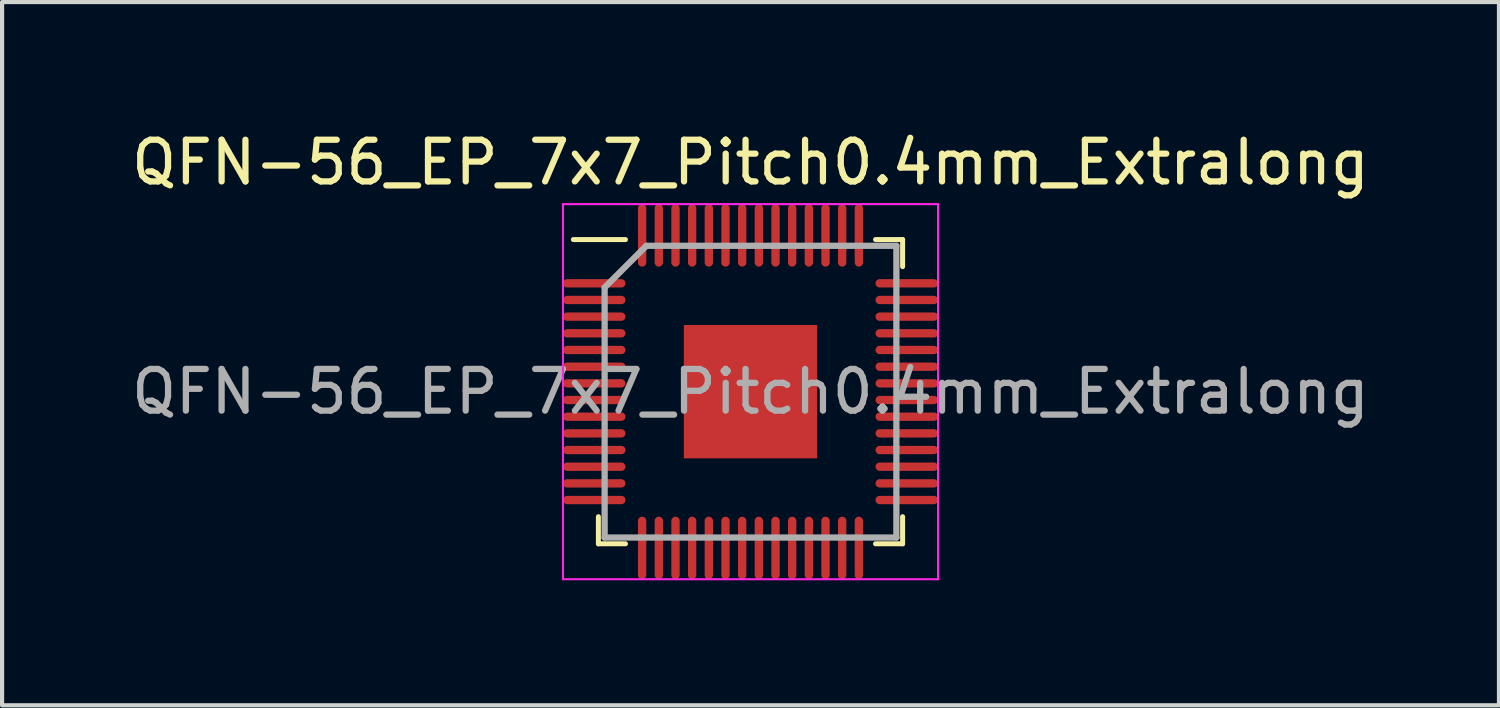
<source format=kicad_pcb>
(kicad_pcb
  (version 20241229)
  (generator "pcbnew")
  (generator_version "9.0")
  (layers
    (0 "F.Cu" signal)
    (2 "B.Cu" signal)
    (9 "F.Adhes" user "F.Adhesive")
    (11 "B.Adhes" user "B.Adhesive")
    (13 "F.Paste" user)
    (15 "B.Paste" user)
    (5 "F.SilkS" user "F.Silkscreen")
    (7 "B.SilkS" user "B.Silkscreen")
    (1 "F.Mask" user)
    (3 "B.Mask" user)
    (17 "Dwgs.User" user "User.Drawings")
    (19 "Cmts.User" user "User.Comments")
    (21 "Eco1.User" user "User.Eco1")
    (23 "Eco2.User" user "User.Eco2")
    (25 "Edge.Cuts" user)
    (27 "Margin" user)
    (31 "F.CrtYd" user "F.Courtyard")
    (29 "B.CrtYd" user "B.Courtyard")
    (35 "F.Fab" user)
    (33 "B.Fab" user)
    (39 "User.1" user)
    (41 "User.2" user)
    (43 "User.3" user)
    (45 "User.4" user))
  (footprint "QFN-56_EP_7x7_Pitch0.4mm_Extralong"
    (layer "F.Cu")
    (at 14.958 6.348)
    (property "Reference" "QFN-56_EP_7x7_Pitch0.4mm_Extralong" (at 0 -5.5 0) (unlocked yes) (layer "F.SilkS") (effects (font (size 1 1) (thickness 0.15))))
    (attr smd)
    (fp_line (start -3.65 3.65) (end -3.65 3) (stroke (width 0.12) (type default)) (layer "F.SilkS"))
    (fp_line (start -3 -3.65) (end -4.25 -3.65) (stroke (width 0.12) (type default)) (layer "F.SilkS"))
    (fp_line (start -3 3.65) (end -3.65 3.65) (stroke (width 0.12) (type default)) (layer "F.SilkS"))
    (fp_line (start 3 -3.65) (end 3.65 -3.65) (stroke (width 0.12) (type default)) (layer "F.SilkS"))
    (fp_line (start 3 3.65) (end 3.65 3.65) (stroke (width 0.12) (type default)) (layer "F.SilkS"))
    (fp_line (start 3.65 -3.65) (end 3.65 -3) (stroke (width 0.12) (type default)) (layer "F.SilkS"))
    (fp_line (start 3.65 3.65) (end 3.65 3) (stroke (width 0.12) (type default)) (layer "F.SilkS"))
    (fp_line (start -4.5 -4.5) (end 4.5 -4.5) (stroke (width 0.05) (type default)) (layer "F.CrtYd"))
    (fp_line (start -4.5 4.5) (end -4.5 -4.5) (stroke (width 0.05) (type default)) (layer "F.CrtYd"))
    (fp_line (start 4.5 -4.5) (end 4.5 4.5) (stroke (width 0.05) (type default)) (layer "F.CrtYd"))
    (fp_line (start 4.5 4.5) (end -4.5 4.5) (stroke (width 0.05) (type default)) (layer "F.CrtYd"))
    (fp_line (start -3.5 -2.5) (end -3.5 3.5) (stroke (width 0.15) (type default)) (layer "F.Fab"))
    (fp_line (start -3.5 3.5) (end 3.5 3.5) (stroke (width 0.15) (type default)) (layer "F.Fab"))
    (fp_line (start -2.5 -3.5) (end -3.5 -2.5) (stroke (width 0.15) (type default)) (layer "F.Fab"))
    (fp_line (start 3.5 -3.5) (end -2.5 -3.5) (stroke (width 0.15) (type default)) (layer "F.Fab"))
    (fp_line (start 3.5 3.5) (end 3.5 -3.5) (stroke (width 0.15) (type default)) (layer "F.Fab"))
    (fp_text user "${REFERENCE}" (at 0 0 0) (layer "F.Fab") (effects (font (size 1 1) (thickness 0.15))))
    (pad "" smd rect (at -1.2 -1.2) (size 0.05 0.05) (layers "F.Paste"))
    (pad "" smd rect (at -1.2 -0.4) (size 0.05 0.05) (layers "F.Paste"))
    (pad "" smd rect (at -1.2 0.4) (size 0.05 0.05) (layers "F.Paste"))
    (pad "" smd rect (at -1.2 1.2) (size 0.05 0.05) (layers "F.Paste"))
    (pad "" smd rect (at -0.4 -1.2) (size 0.05 0.05) (layers "F.Paste"))
    (pad "" smd rect (at -0.4 -0.4) (size 0.05 0.05) (layers "F.Paste"))
    (pad "" smd rect (at -0.4 0.4) (size 0.05 0.05) (layers "F.Paste"))
    (pad "" smd rect (at -0.4 1.2) (size 0.05 0.05) (layers "F.Paste"))
    (pad "" smd rect (at 0.4 -1.2) (size 0.05 0.05) (layers "F.Paste"))
    (pad "" smd rect (at 0.4 -0.4) (size 0.05 0.05) (layers "F.Paste"))
    (pad "" smd rect (at 0.4 0.4) (size 0.05 0.05) (layers "F.Paste"))
    (pad "" smd rect (at 0.4 1.2) (size 0.05 0.05) (layers "F.Paste"))
    (pad "" smd rect (at 1.2 -1.2) (size 0.05 0.05) (layers "F.Paste"))
    (pad "" smd rect (at 1.2 -0.4) (size 0.05 0.05) (layers "F.Paste"))
    (pad "" smd rect (at 1.2 0.4) (size 0.05 0.05) (layers "F.Paste"))
    (pad "" smd rect (at 1.2 1.2) (size 0.05 0.05) (layers "F.Paste"))
    (pad "1" smd oval (at -3.75 -2.6 90) (size 0.2 1.5) (layers "F.Cu" "F.Mask" "F.Paste"))
    (pad "2" smd oval (at -3.75 -2.2 90) (size 0.2 1.5) (layers "F.Cu" "F.Mask" "F.Paste"))
    (pad "3" smd oval (at -3.75 -1.8 90) (size 0.2 1.5) (layers "F.Cu" "F.Mask" "F.Paste"))
    (pad "4" smd oval (at -3.75 -1.4 90) (size 0.2 1.5) (layers "F.Cu" "F.Mask" "F.Paste"))
    (pad "5" smd oval (at -3.75 -1 90) (size 0.2 1.5) (layers "F.Cu" "F.Mask" "F.Paste"))
    (pad "6" smd oval (at -3.75 -0.6 90) (size 0.2 1.5) (layers "F.Cu" "F.Mask" "F.Paste"))
    (pad "7" smd oval (at -3.75 -0.2 90) (size 0.2 1.5) (layers "F.Cu" "F.Mask" "F.Paste"))
    (pad "8" smd oval (at -3.75 0.2 90) (size 0.2 1.5) (layers "F.Cu" "F.Mask" "F.Paste"))
    (pad "9" smd oval (at -3.75 0.6 90) (size 0.2 1.5) (layers "F.Cu" "F.Mask" "F.Paste"))
    (pad "10" smd oval (at -3.75 1 90) (size 0.2 1.5) (layers "F.Cu" "F.Mask" "F.Paste"))
    (pad "11" smd oval (at -3.75 1.4 90) (size 0.2 1.5) (layers "F.Cu" "F.Mask" "F.Paste"))
    (pad "12" smd oval (at -3.75 1.8 90) (size 0.2 1.5) (layers "F.Cu" "F.Mask" "F.Paste"))
    (pad "13" smd oval (at -3.75 2.2 90) (size 0.2 1.5) (layers "F.Cu" "F.Mask" "F.Paste"))
    (pad "14" smd oval (at -3.75 2.6 90) (size 0.2 1.5) (layers "F.Cu" "F.Mask" "F.Paste"))
    (pad "15" smd oval (at -2.6 3.75) (size 0.2 1.5) (layers "F.Cu" "F.Mask" "F.Paste"))
    (pad "16" smd oval (at -2.2 3.75) (size 0.2 1.5) (layers "F.Cu" "F.Mask" "F.Paste"))
    (pad "17" smd oval (at -1.8 3.75) (size 0.2 1.5) (layers "F.Cu" "F.Mask" "F.Paste"))
    (pad "18" smd oval (at -1.4 3.75) (size 0.2 1.5) (layers "F.Cu" "F.Mask" "F.Paste"))
    (pad "19" smd oval (at -1 3.75) (size 0.2 1.5) (layers "F.Cu" "F.Mask" "F.Paste"))
    (pad "20" smd oval (at -0.6 3.75) (size 0.2 1.5) (layers "F.Cu" "F.Mask" "F.Paste"))
    (pad "21" smd oval (at -0.2 3.75) (size 0.2 1.5) (layers "F.Cu" "F.Mask" "F.Paste"))
    (pad "22" smd oval (at 0.2 3.75) (size 0.2 1.5) (layers "F.Cu" "F.Mask" "F.Paste"))
    (pad "23" smd oval (at 0.6 3.75) (size 0.2 1.5) (layers "F.Cu" "F.Mask" "F.Paste"))
    (pad "24" smd oval (at 1 3.75) (size 0.2 1.5) (layers "F.Cu" "F.Mask" "F.Paste"))
    (pad "25" smd oval (at 1.4 3.75) (size 0.2 1.5) (layers "F.Cu" "F.Mask" "F.Paste"))
    (pad "26" smd oval (at 1.8 3.75) (size 0.2 1.5) (layers "F.Cu" "F.Mask" "F.Paste"))
    (pad "27" smd oval (at 2.2 3.75) (size 0.2 1.5) (layers "F.Cu" "F.Mask" "F.Paste"))
    (pad "28" smd oval (at 2.6 3.75) (size 0.2 1.5) (layers "F.Cu" "F.Mask" "F.Paste"))
    (pad "29" smd oval (at 3.75 2.6 90) (size 0.2 1.5) (layers "F.Cu" "F.Mask" "F.Paste"))
    (pad "30" smd oval (at 3.75 2.2 90) (size 0.2 1.5) (layers "F.Cu" "F.Mask" "F.Paste"))
    (pad "31" smd oval (at 3.75 1.8 90) (size 0.2 1.5) (layers "F.Cu" "F.Mask" "F.Paste"))
    (pad "32" smd oval (at 3.75 1.4 90) (size 0.2 1.5) (layers "F.Cu" "F.Mask" "F.Paste"))
    (pad "33" smd oval (at 3.75 1 90) (size 0.2 1.5) (layers "F.Cu" "F.Mask" "F.Paste"))
    (pad "34" smd oval (at 3.75 0.6 90) (size 0.2 1.5) (layers "F.Cu" "F.Mask" "F.Paste"))
    (pad "35" smd oval (at 3.75 0.2 90) (size 0.2 1.5) (layers "F.Cu" "F.Mask" "F.Paste"))
    (pad "36" smd oval (at 3.75 -0.2 90) (size 0.2 1.5) (layers "F.Cu" "F.Mask" "F.Paste"))
    (pad "37" smd oval (at 3.75 -0.6 90) (size 0.2 1.5) (layers "F.Cu" "F.Mask" "F.Paste"))
    (pad "38" smd oval (at 3.75 -1 90) (size 0.2 1.5) (layers "F.Cu" "F.Mask" "F.Paste"))
    (pad "39" smd oval (at 3.75 -1.4 90) (size 0.2 1.5) (layers "F.Cu" "F.Mask" "F.Paste"))
    (pad "40" smd oval (at 3.75 -1.8 90) (size 0.2 1.5) (layers "F.Cu" "F.Mask" "F.Paste"))
    (pad "41" smd oval (at 3.75 -2.2 90) (size 0.2 1.5) (layers "F.Cu" "F.Mask" "F.Paste"))
    (pad "42" smd oval (at 3.75 -2.6 90) (size 0.2 1.5) (layers "F.Cu" "F.Mask" "F.Paste"))
    (pad "43" smd oval (at 2.6 -3.75) (size 0.2 1.5) (layers "F.Cu" "F.Mask" "F.Paste"))
    (pad "44" smd oval (at 2.2 -3.75) (size 0.2 1.5) (layers "F.Cu" "F.Mask" "F.Paste"))
    (pad "45" smd oval (at 1.8 -3.75) (size 0.2 1.5) (layers "F.Cu" "F.Mask" "F.Paste"))
    (pad "46" smd oval (at 1.4 -3.75) (size 0.2 1.5) (layers "F.Cu" "F.Mask" "F.Paste"))
    (pad "47" smd oval (at 1 -3.75) (size 0.2 1.5) (layers "F.Cu" "F.Mask" "F.Paste"))
    (pad "48" smd oval (at 0.6 -3.75) (size 0.2 1.5) (layers "F.Cu" "F.Mask" "F.Paste"))
    (pad "49" smd oval (at 0.2 -3.75) (size 0.2 1.5) (layers "F.Cu" "F.Mask" "F.Paste"))
    (pad "50" smd oval (at -0.2 -3.75) (size 0.2 1.5) (layers "F.Cu" "F.Mask" "F.Paste"))
    (pad "51" smd oval (at -0.6 -3.75) (size 0.2 1.5) (layers "F.Cu" "F.Mask" "F.Paste"))
    (pad "52" smd oval (at -1 -3.75) (size 0.2 1.5) (layers "F.Cu" "F.Mask" "F.Paste"))
    (pad "53" smd oval (at -1.4 -3.75) (size 0.2 1.5) (layers "F.Cu" "F.Mask" "F.Paste"))
    (pad "54" smd oval (at -1.8 -3.75) (size 0.2 1.5) (layers "F.Cu" "F.Mask" "F.Paste"))
    (pad "55" smd oval (at -2.2 -3.75) (size 0.2 1.5) (layers "F.Cu" "F.Mask" "F.Paste"))
    (pad "56" smd oval (at -2.6 -3.75) (size 0.2 1.5) (layers "F.Cu" "F.Mask" "F.Paste"))
    (pad "57" smd rect (at 0 0) (size 3.2 3.2) (layers "F.Cu" "F.Mask")))
  (gr_rect
    (start -3 -3)
    (end 32.917 13.873)
    (stroke (width 0.1) (type default))
    (fill no)
    (layer "Edge.Cuts")))
</source>
